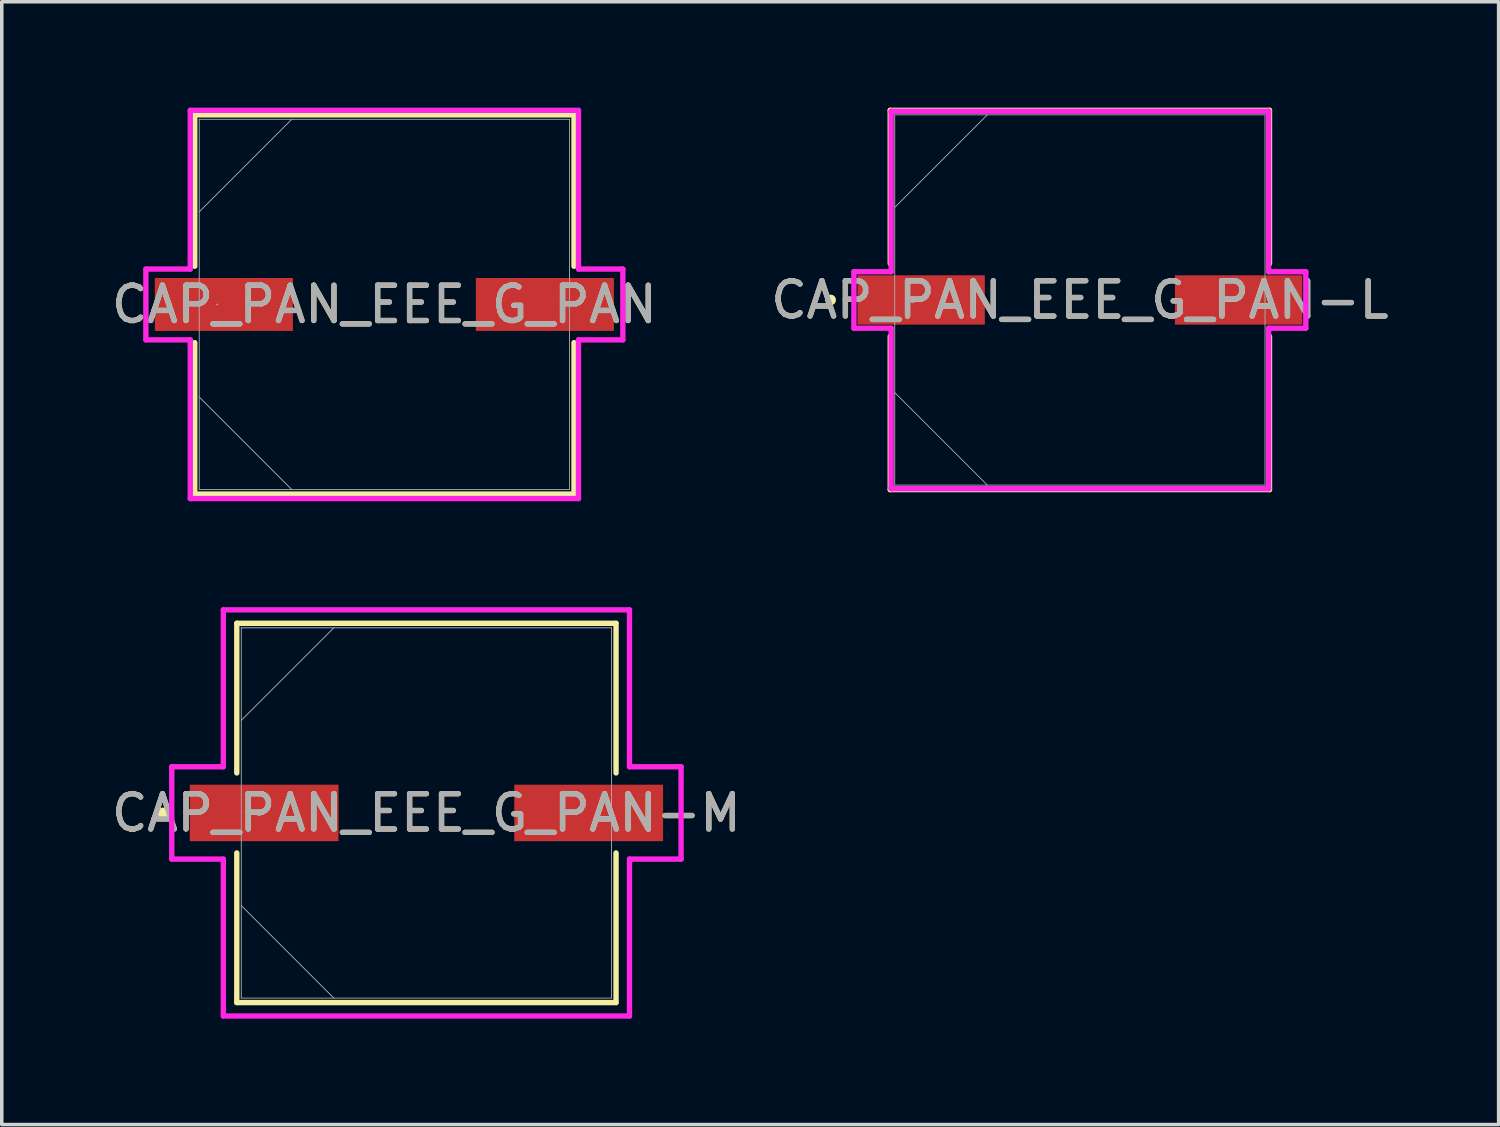
<source format=kicad_pcb>
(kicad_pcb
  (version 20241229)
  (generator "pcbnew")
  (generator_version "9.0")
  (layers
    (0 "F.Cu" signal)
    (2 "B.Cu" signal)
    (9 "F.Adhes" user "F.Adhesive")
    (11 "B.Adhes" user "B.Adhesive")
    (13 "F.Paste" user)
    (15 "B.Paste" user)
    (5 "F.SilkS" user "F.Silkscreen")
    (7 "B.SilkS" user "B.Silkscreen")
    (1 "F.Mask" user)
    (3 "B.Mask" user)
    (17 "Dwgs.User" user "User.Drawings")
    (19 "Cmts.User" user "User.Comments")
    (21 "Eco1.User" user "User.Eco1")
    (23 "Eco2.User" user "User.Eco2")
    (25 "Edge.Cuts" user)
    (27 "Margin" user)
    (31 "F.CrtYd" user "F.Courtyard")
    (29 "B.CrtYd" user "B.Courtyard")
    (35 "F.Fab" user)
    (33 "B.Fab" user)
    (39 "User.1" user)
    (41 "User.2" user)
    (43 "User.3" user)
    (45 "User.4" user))
  (footprint "CAP_PAN_EEE_G_PAN-L"
    (layer "F.Cu")
    (at 27.542 5.448)
    (property "Reference" "CAP_PAN_EEE_G_PAN-L" (at 0 0 0) (unlocked yes) (layer "F.SilkS") (effects (font (size 1 1) (thickness 0.15))))
    (attr smd)
    (fp_line (start -5.372 -5.372) (end -5.372 -1.031) (stroke (width 0.152) (type solid)) (layer "F.SilkS"))
    (fp_line (start -5.372 1.031) (end -5.372 5.372) (stroke (width 0.152) (type solid)) (layer "F.SilkS"))
    (fp_line (start -5.372 5.372) (end 5.372 5.372) (stroke (width 0.152) (type solid)) (layer "F.SilkS"))
    (fp_line (start 5.372 -5.372) (end -5.372 -5.372) (stroke (width 0.152) (type solid)) (layer "F.SilkS"))
    (fp_line (start 5.372 -1.031) (end 5.372 -5.372) (stroke (width 0.152) (type solid)) (layer "F.SilkS"))
    (fp_line (start 5.372 5.372) (end 5.372 1.031) (stroke (width 0.152) (type solid)) (layer "F.SilkS"))
    (fp_circle (center -7.061 0) (end -6.985 0) (stroke (width 0.152) (type solid)) (fill no) (layer "F.SilkS"))
    (fp_line (start -6.401 -0.8) (end -5.347 -0.8) (stroke (width 0.152) (type solid)) (layer "F.CrtYd"))
    (fp_line (start -6.401 0.8) (end -6.401 -0.8) (stroke (width 0.152) (type solid)) (layer "F.CrtYd"))
    (fp_line (start -5.347 -5.347) (end 5.347 -5.347) (stroke (width 0.152) (type solid)) (layer "F.CrtYd"))
    (fp_line (start -5.347 -0.8) (end -5.347 -5.347) (stroke (width 0.152) (type solid)) (layer "F.CrtYd"))
    (fp_line (start -5.347 0.8) (end -6.401 0.8) (stroke (width 0.152) (type solid)) (layer "F.CrtYd"))
    (fp_line (start -5.347 5.347) (end -5.347 0.8) (stroke (width 0.152) (type solid)) (layer "F.CrtYd"))
    (fp_line (start 5.347 -5.347) (end 5.347 -0.8) (stroke (width 0.152) (type solid)) (layer "F.CrtYd"))
    (fp_line (start 5.347 -0.8) (end 6.401 -0.8) (stroke (width 0.152) (type solid)) (layer "F.CrtYd"))
    (fp_line (start 5.347 0.8) (end 5.347 5.347) (stroke (width 0.152) (type solid)) (layer "F.CrtYd"))
    (fp_line (start 5.347 5.347) (end -5.347 5.347) (stroke (width 0.152) (type solid)) (layer "F.CrtYd"))
    (fp_line (start 6.401 -0.8) (end 6.401 0.8) (stroke (width 0.152) (type solid)) (layer "F.CrtYd"))
    (fp_line (start 6.401 0.8) (end 5.347 0.8) (stroke (width 0.152) (type solid)) (layer "F.CrtYd"))
    (fp_line (start -5.245 -5.245) (end -5.245 5.245) (stroke (width 0.025) (type solid)) (layer "F.Fab"))
    (fp_line (start -5.245 -2.623) (end -2.623 -5.245) (stroke (width 0.025) (type solid)) (layer "F.Fab"))
    (fp_line (start -5.245 2.623) (end -2.623 5.245) (stroke (width 0.025) (type solid)) (layer "F.Fab"))
    (fp_line (start -5.245 5.245) (end 5.245 5.245) (stroke (width 0.025) (type solid)) (layer "F.Fab"))
    (fp_line (start 5.245 -5.245) (end -5.245 -5.245) (stroke (width 0.025) (type solid)) (layer "F.Fab"))
    (fp_line (start 5.245 5.245) (end 5.245 -5.245) (stroke (width 0.025) (type solid)) (layer "F.Fab"))
    (fp_circle (center -4.737 0) (end -4.661 0) (stroke (width 0.025) (type solid)) (fill no) (layer "F.Fab"))
    (fp_text user "${REFERENCE}" (at 0 0 0) (unlocked yes) (layer "F.Fab") (effects (font (size 1 1) (thickness 0.15))))
    (pad "1" smd rect (at -4.496 0) (size 3.607 1.397) (layers "F.Cu" "F.Mask" "F.Paste"))
    (pad "2" smd rect (at 4.496 0) (size 3.607 1.397) (layers "F.Cu" "F.Mask" "F.Paste"))
    (zone (net_name "") (layer "F.Cu") (hatch full 0.508) (connect_pads) (min_thickness 0.254) (filled_areas_thickness no) (keepout (tracks not_allowed) (vias not_allowed) (pads allowed) (copperpour not_allowed) (footprints allowed)) (placement (enabled no)) (fill) (polygon (pts (xy 22.347 0.254) (xy 32.736 0.254) (xy 32.736 4.699) (xy 22.347 4.699))))
    (zone (net_name "") (layer "F.Cu") (hatch full 0.508) (connect_pads) (min_thickness 0.254) (filled_areas_thickness no) (keepout (tracks not_allowed) (vias not_allowed) (pads allowed) (copperpour not_allowed) (footprints allowed)) (placement (enabled no)) (fill) (polygon (pts (xy 22.347 6.198) (xy 32.736 6.198) (xy 32.736 10.643) (xy 22.347 10.643))))
    (zone (net_name "") (layer "F.Cu") (hatch full 0.508) (connect_pads) (min_thickness 0.254) (filled_areas_thickness no) (keepout (tracks not_allowed) (vias not_allowed) (pads allowed) (copperpour not_allowed) (footprints allowed)) (placement (enabled no)) (fill) (polygon (pts (xy 24.9 4.699) (xy 30.183 4.699) (xy 30.183 6.198) (xy 24.9 6.198)))))
  (footprint "CAP_PAN_EEE_G_PAN-M"
    (layer "F.Cu")
    (at 9.03 19.98)
    (property "Reference" "CAP_PAN_EEE_G_PAN-M" (at 0 0 0) (unlocked yes) (layer "F.SilkS") (effects (font (size 1 1) (thickness 0.15))))
    (attr smd)
    (fp_line (start -5.372 -5.372) (end -5.372 -1.133) (stroke (width 0.152) (type solid)) (layer "F.SilkS"))
    (fp_line (start -5.372 1.133) (end -5.372 5.372) (stroke (width 0.152) (type solid)) (layer "F.SilkS"))
    (fp_line (start -5.372 5.372) (end 5.372 5.372) (stroke (width 0.152) (type solid)) (layer "F.SilkS"))
    (fp_line (start 5.372 -5.372) (end -5.372 -5.372) (stroke (width 0.152) (type solid)) (layer "F.SilkS"))
    (fp_line (start 5.372 -1.133) (end 5.372 -5.372) (stroke (width 0.152) (type solid)) (layer "F.SilkS"))
    (fp_line (start 5.372 5.372) (end 5.372 1.133) (stroke (width 0.152) (type solid)) (layer "F.SilkS"))
    (fp_circle (center -7.468 0) (end -7.391 0) (stroke (width 0.152) (type solid)) (fill no) (layer "F.SilkS"))
    (fp_line (start -7.214 -1.308) (end -5.753 -1.308) (stroke (width 0.152) (type solid)) (layer "F.CrtYd"))
    (fp_line (start -7.214 1.308) (end -7.214 -1.308) (stroke (width 0.152) (type solid)) (layer "F.CrtYd"))
    (fp_line (start -5.753 -5.753) (end 5.753 -5.753) (stroke (width 0.152) (type solid)) (layer "F.CrtYd"))
    (fp_line (start -5.753 -1.308) (end -5.753 -5.753) (stroke (width 0.152) (type solid)) (layer "F.CrtYd"))
    (fp_line (start -5.753 1.308) (end -7.214 1.308) (stroke (width 0.152) (type solid)) (layer "F.CrtYd"))
    (fp_line (start -5.753 5.753) (end -5.753 1.308) (stroke (width 0.152) (type solid)) (layer "F.CrtYd"))
    (fp_line (start 5.753 -5.753) (end 5.753 -1.308) (stroke (width 0.152) (type solid)) (layer "F.CrtYd"))
    (fp_line (start 5.753 -1.308) (end 7.214 -1.308) (stroke (width 0.152) (type solid)) (layer "F.CrtYd"))
    (fp_line (start 5.753 1.308) (end 5.753 5.753) (stroke (width 0.152) (type solid)) (layer "F.CrtYd"))
    (fp_line (start 5.753 5.753) (end -5.753 5.753) (stroke (width 0.152) (type solid)) (layer "F.CrtYd"))
    (fp_line (start 7.214 -1.308) (end 7.214 1.308) (stroke (width 0.152) (type solid)) (layer "F.CrtYd"))
    (fp_line (start 7.214 1.308) (end 5.753 1.308) (stroke (width 0.152) (type solid)) (layer "F.CrtYd"))
    (fp_line (start -5.245 -5.245) (end -5.245 5.245) (stroke (width 0.025) (type solid)) (layer "F.Fab"))
    (fp_line (start -5.245 -2.623) (end -2.623 -5.245) (stroke (width 0.025) (type solid)) (layer "F.Fab"))
    (fp_line (start -5.245 2.623) (end -2.623 5.245) (stroke (width 0.025) (type solid)) (layer "F.Fab"))
    (fp_line (start -5.245 5.245) (end 5.245 5.245) (stroke (width 0.025) (type solid)) (layer "F.Fab"))
    (fp_line (start 5.245 -5.245) (end -5.245 -5.245) (stroke (width 0.025) (type solid)) (layer "F.Fab"))
    (fp_line (start 5.245 5.245) (end 5.245 -5.245) (stroke (width 0.025) (type solid)) (layer "F.Fab"))
    (fp_circle (center -4.737 0) (end -4.661 0) (stroke (width 0.025) (type solid)) (fill no) (layer "F.Fab"))
    (fp_text user "${REFERENCE}" (at 0 0 0) (unlocked yes) (layer "F.Fab") (effects (font (size 1 1) (thickness 0.15))))
    (pad "1" smd rect (at -4.597 0) (size 4.216 1.6) (layers "F.Cu" "F.Mask" "F.Paste"))
    (pad "2" smd rect (at 4.597 0) (size 4.216 1.6) (layers "F.Cu" "F.Mask" "F.Paste"))
    (zone (net_name "") (layer "F.Cu") (hatch full 0.508) (connect_pads) (min_thickness 0.254) (filled_areas_thickness no) (keepout (tracks not_allowed) (vias not_allowed) (pads allowed) (copperpour not_allowed) (footprints allowed)) (placement (enabled no)) (fill) (polygon (pts (xy 3.835 14.786) (xy 14.224 14.786) (xy 14.224 19.129) (xy 3.835 19.129))))
    (zone (net_name "") (layer "F.Cu") (hatch full 0.508) (connect_pads) (min_thickness 0.254) (filled_areas_thickness no) (keepout (tracks not_allowed) (vias not_allowed) (pads allowed) (copperpour not_allowed) (footprints allowed)) (placement (enabled no)) (fill) (polygon (pts (xy 3.835 20.831) (xy 14.224 20.831) (xy 14.224 25.174) (xy 3.835 25.174))))
    (zone (net_name "") (layer "F.Cu") (hatch full 0.508) (connect_pads) (min_thickness 0.254) (filled_areas_thickness no) (keepout (tracks not_allowed) (vias not_allowed) (pads allowed) (copperpour not_allowed) (footprints allowed)) (placement (enabled no)) (fill) (polygon (pts (xy 6.591 19.129) (xy 11.468 19.129) (xy 11.468 20.831) (xy 6.591 20.831)))))
  (footprint "CAP_PAN_EEE_G_PAN"
    (layer "F.Cu")
    (at 7.839 5.575)
    (property "Reference" "CAP_PAN_EEE_G_PAN" (at 0 0 0) (unlocked yes) (layer "F.SilkS") (effects (font (size 1 1) (thickness 0.15))))
    (attr smd)
    (fp_line (start -5.372 -5.372) (end -5.372 -1.082) (stroke (width 0.152) (type solid)) (layer "F.SilkS"))
    (fp_line (start -5.372 1.082) (end -5.372 5.372) (stroke (width 0.152) (type solid)) (layer "F.SilkS"))
    (fp_line (start -5.372 5.372) (end 5.372 5.372) (stroke (width 0.152) (type solid)) (layer "F.SilkS"))
    (fp_line (start 5.372 -5.372) (end -5.372 -5.372) (stroke (width 0.152) (type solid)) (layer "F.SilkS"))
    (fp_line (start 5.372 -1.082) (end 5.372 -5.372) (stroke (width 0.152) (type solid)) (layer "F.SilkS"))
    (fp_line (start 5.372 5.372) (end 5.372 1.082) (stroke (width 0.152) (type solid)) (layer "F.SilkS"))
    (fp_line (start -6.756 -1.003) (end -5.499 -1.003) (stroke (width 0.152) (type solid)) (layer "F.CrtYd"))
    (fp_line (start -6.756 1.003) (end -6.756 -1.003) (stroke (width 0.152) (type solid)) (layer "F.CrtYd"))
    (fp_line (start -5.499 -5.499) (end 5.499 -5.499) (stroke (width 0.152) (type solid)) (layer "F.CrtYd"))
    (fp_line (start -5.499 -1.003) (end -5.499 -5.499) (stroke (width 0.152) (type solid)) (layer "F.CrtYd"))
    (fp_line (start -5.499 1.003) (end -6.756 1.003) (stroke (width 0.152) (type solid)) (layer "F.CrtYd"))
    (fp_line (start -5.499 5.499) (end -5.499 1.003) (stroke (width 0.152) (type solid)) (layer "F.CrtYd"))
    (fp_line (start 5.499 -5.499) (end 5.499 -1.003) (stroke (width 0.152) (type solid)) (layer "F.CrtYd"))
    (fp_line (start 5.499 -1.003) (end 6.756 -1.003) (stroke (width 0.152) (type solid)) (layer "F.CrtYd"))
    (fp_line (start 5.499 1.003) (end 5.499 5.499) (stroke (width 0.152) (type solid)) (layer "F.CrtYd"))
    (fp_line (start 5.499 5.499) (end -5.499 5.499) (stroke (width 0.152) (type solid)) (layer "F.CrtYd"))
    (fp_line (start 6.756 -1.003) (end 6.756 1.003) (stroke (width 0.152) (type solid)) (layer "F.CrtYd"))
    (fp_line (start 6.756 1.003) (end 5.499 1.003) (stroke (width 0.152) (type solid)) (layer "F.CrtYd"))
    (fp_line (start -5.245 -5.245) (end -5.245 5.245) (stroke (width 0.025) (type solid)) (layer "F.Fab"))
    (fp_line (start -5.245 -2.623) (end -2.623 -5.245) (stroke (width 0.025) (type solid)) (layer "F.Fab"))
    (fp_line (start -5.245 2.623) (end -2.623 5.245) (stroke (width 0.025) (type solid)) (layer "F.Fab"))
    (fp_line (start -5.245 5.245) (end 5.245 5.245) (stroke (width 0.025) (type solid)) (layer "F.Fab"))
    (fp_line (start 5.245 -5.245) (end -5.245 -5.245) (stroke (width 0.025) (type solid)) (layer "F.Fab"))
    (fp_line (start 5.245 5.245) (end 5.245 -5.245) (stroke (width 0.025) (type solid)) (layer "F.Fab"))
    (fp_circle (center -4.737 0) (end -4.737 0) (stroke (width 0.025) (type solid)) (fill no) (layer "F.Fab"))
    (fp_text user "${REFERENCE}" (at 0 0 0) (unlocked yes) (layer "F.Fab") (effects (font (size 1 1) (thickness 0.15))))
    (pad "1" smd rect (at -4.547 0) (size 3.912 1.499) (layers "F.Cu" "F.Mask" "F.Paste"))
    (pad "2" smd rect (at 4.547 0) (size 3.912 1.499) (layers "F.Cu" "F.Mask" "F.Paste"))
    (zone (net_name "") (layer "F.Cu") (hatch full 0.508) (connect_pads) (min_thickness 0.254) (filled_areas_thickness no) (keepout (tracks not_allowed) (vias not_allowed) (pads allowed) (copperpour not_allowed) (footprints allowed)) (placement (enabled no)) (fill) (polygon (pts (xy 2.645 0.381) (xy 13.034 0.381) (xy 13.034 4.775) (xy 2.645 4.775))))
    (zone (net_name "") (layer "F.Cu") (hatch full 0.508) (connect_pads) (min_thickness 0.254) (filled_areas_thickness no) (keepout (tracks not_allowed) (vias not_allowed) (pads allowed) (copperpour not_allowed) (footprints allowed)) (placement (enabled no)) (fill) (polygon (pts (xy 2.645 6.375) (xy 13.034 6.375) (xy 13.034 10.77) (xy 2.645 10.77))))
    (zone (net_name "") (layer "F.Cu") (hatch full 0.508) (connect_pads) (min_thickness 0.254) (filled_areas_thickness no) (keepout (tracks not_allowed) (vias not_allowed) (pads allowed) (copperpour not_allowed) (footprints allowed)) (placement (enabled no)) (fill) (polygon (pts (xy 5.299 4.775) (xy 10.379 4.775) (xy 10.379 6.375) (xy 5.299 6.375)))))
  (gr_rect
    (start -3 -3)
    (end 39.405 28.809)
    (stroke (width 0.1) (type default))
    (fill no)
    (layer "Edge.Cuts")))
</source>
